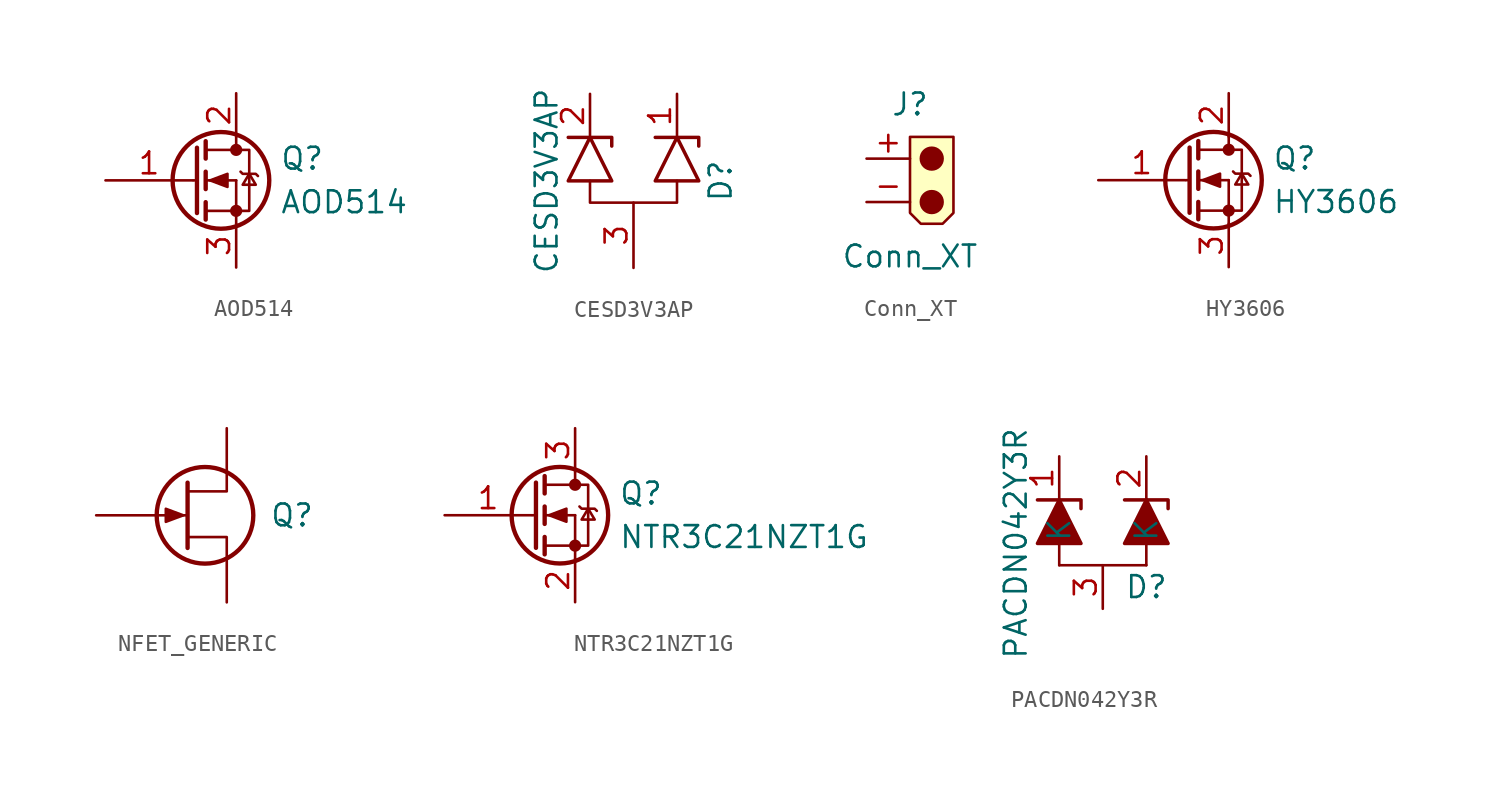
<source format=kicad_sym>
(kicad_symbol_lib
  (version 20220914)
  (generator kicad_symbol_editor)
  (symbol "AOD514"
    (pin_names
      (offset 0) hide)
    (property "Reference" "Q"
      (at 5.08 1.27 0)
      (effects (font (size 1.27 1.27)) (justify left)))
    (property "Value" "AOD514"
      (at 5.08 -1.27 0)
      (effects (font (size 1.27 1.27)) (justify left)))
    (symbol "AOD514_0_1"
      (polyline (pts (xy 0.051 0) (xy 0.254 0)) (stroke (width 0) (type solid)) (fill (type none)))
      (polyline (pts (xy 0.762 -1.778) (xy 2.54 -1.778)) (stroke (width 0) (type solid)) (fill (type none)))
      (polyline (pts (xy 0.762 -1.27) (xy 0.762 -2.286)) (stroke (width 0.254) (type solid)) (fill (type none)))
      (polyline (pts (xy 0.762 0) (xy 2.54 0)) (stroke (width 0) (type solid)) (fill (type none)))
      (polyline (pts (xy 0.762 0.508) (xy 0.762 -0.508)) (stroke (width 0.254) (type solid)) (fill (type none)))
      (polyline (pts (xy 0.762 1.778) (xy 2.54 1.778)) (stroke (width 0) (type solid)) (fill (type none)))
      (polyline (pts (xy 0.762 2.286) (xy 0.762 1.27)) (stroke (width 0.254) (type solid)) (fill (type none)))
      (polyline (pts (xy 2.54 -1.778) (xy 2.54 -2.54)) (stroke (width 0) (type solid)) (fill (type none)))
      (polyline (pts (xy 2.54 -1.778) (xy 2.54 0)) (stroke (width 0) (type solid)) (fill (type none)))
      (polyline (pts (xy 2.54 2.54) (xy 2.54 1.778)) (stroke (width 0) (type solid)) (fill (type none)))
      (polyline (pts (xy 0.254 1.905) (xy 0.254 -1.905) (xy 0.254 -1.905)) (stroke (width 0.254) (type solid)) (fill (type none)))
      (polyline (pts (xy 1.016 0) (xy 2.032 0.381) (xy 2.032 -0.381) (xy 1.016 0)) (stroke (width 0) (type solid)) (fill (type outline)))
      (polyline (pts (xy 2.54 -1.778) (xy 3.302 -1.778) (xy 3.302 1.778) (xy 2.54 1.778)) (stroke (width 0) (type solid)) (fill (type none)))
      (polyline (pts (xy 2.794 0.508) (xy 2.921 0.381) (xy 3.683 0.381) (xy 3.81 0.254)) (stroke (width 0) (type solid)) (fill (type none)))
      (polyline (pts (xy 3.302 0.381) (xy 2.921 -0.254) (xy 3.683 -0.254) (xy 3.302 0.381)) (stroke (width 0) (type solid)) (fill (type none)))
      (circle (center 1.651 0) (radius 2.819) (stroke (width 0.254) (type solid)) (fill (type none)))
      (circle (center 2.54 -1.778) (radius 0.279) (stroke (width 0) (type solid)) (fill (type outline)))
      (circle (center 2.54 1.778) (radius 0.279) (stroke (width 0) (type solid)) (fill (type outline))))
    (symbol "AOD514_1_1"
      (pin input line (at -5.08 0 0) (length 5.08) (name "G" (effects (font (size 1.27 1.27)))) (number "1" (effects (font (size 1.27 1.27)))))
      (pin passive line (at 2.54 5.08 270) (length 2.54) (name "D" (effects (font (size 1.27 1.27)))) (number "2" (effects (font (size 1.27 1.27)))))
      (pin passive line (at 2.54 -5.08 90) (length 2.54) (name "S" (effects (font (size 1.27 1.27)))) (number "3" (effects (font (size 1.27 1.27)))))))
  (symbol "CESD3V3AP"
    (pin_names
      (offset 0.762) hide)
    (property "Reference" "D"
      (at 5.08 1.27 90)
      (effects (font (size 1.27 1.27))))
    (property "Value" "CESD3V3AP"
      (at -5.08 1.27 90)
      (effects (font (size 1.27 1.27))))
    (symbol "CESD3V3AP_0_1"
      (polyline (pts (xy -3.81 3.81) (xy -1.27 3.81) (xy -1.27 3.302)) (stroke (width 0.203) (type solid)) (fill (type none)))
      (polyline (pts (xy 1.27 3.81) (xy 3.81 3.81) (xy 3.81 3.302)) (stroke (width 0.203) (type solid)) (fill (type none)))
      (polyline (pts (xy -2.54 1.27) (xy -2.54 0) (xy 2.54 0) (xy 2.54 1.27)) (stroke (width 0) (type solid)) (fill (type none)))
      (polyline (pts (xy -3.81 1.27) (xy -2.54 3.81) (xy -1.27 1.27) (xy -3.81 1.27) (xy -3.81 1.27) (xy -3.81 1.27)) (stroke (width 0.203) (type solid)) (fill (type none)))
      (polyline (pts (xy 1.27 1.27) (xy 2.54 3.81) (xy 3.81 1.27) (xy 1.27 1.27) (xy 1.27 1.27) (xy 1.27 1.27)) (stroke (width 0.203) (type solid)) (fill (type none)))
      (pin passive line (at 2.54 6.35 270) (length 2.54) (name "A" (effects (font (size 1.27 1.27)))) (number "1" (effects (font (size 1.27 1.27)))))
      (pin passive line (at -2.54 6.35 270) (length 2.54) (name "K" (effects (font (size 1.27 1.27)))) (number "2" (effects (font (size 1.27 1.27)))))
      (pin passive line (at 0 -3.81 90) (length 3.81) (name "K" (effects (font (size 1.27 1.27)))) (number "3" (effects (font (size 1.27 1.27)))))))
  (symbol "Conn_XT"
    (pin_names
      (offset 1.016))
    (property "Reference" "J"
      (at 0 4.445 0)
      (effects (font (size 1.27 1.27))))
    (property "Value" "Conn_XT"
      (at 0 -4.445 0)
      (effects (font (size 1.27 1.27))))
    (symbol "Conn_XT_0_1"
      (polyline (pts (xy 0 2.54) (xy 0 -1.905) (xy 0.635 -2.54) (xy 1.905 -2.54) (xy 2.54 -1.905) (xy 2.54 0) (xy 2.54 2.54) (xy 0 2.54)) (stroke (width 0) (type solid)) (fill (type background)))
      (circle (center 1.27 -1.27) (radius 0.635) (stroke (width 0) (type solid)) (fill (type outline)))
      (circle (center 1.27 1.27) (radius 0.635) (stroke (width 0) (type solid)) (fill (type outline))))
    (symbol "Conn_XT_1_1"
      (pin input line (at -2.54 1.27 0) (length 2.54) (name "~" (effects (font (size 1.27 1.27)))) (number "+" (effects (font (size 1.27 1.27)))))
      (pin input line (at -2.54 -1.27 0) (length 2.54) (name "~" (effects (font (size 1.27 1.27)))) (number "-" (effects (font (size 1.27 1.27)))))))
  (symbol "HY3606"
    (pin_names
      (offset 0) hide)
    (property "Reference" "Q"
      (at 5.08 1.27 0)
      (effects (font (size 1.27 1.27)) (justify left)))
    (property "Value" "HY3606"
      (at 5.08 -1.27 0)
      (effects (font (size 1.27 1.27)) (justify left)))
    (symbol "HY3606_0_1"
      (polyline (pts (xy 0.051 0) (xy 0.254 0)) (stroke (width 0) (type solid)) (fill (type none)))
      (polyline (pts (xy 0.762 -1.778) (xy 2.54 -1.778)) (stroke (width 0) (type solid)) (fill (type none)))
      (polyline (pts (xy 0.762 -1.27) (xy 0.762 -2.286)) (stroke (width 0.254) (type solid)) (fill (type none)))
      (polyline (pts (xy 0.762 0) (xy 2.54 0)) (stroke (width 0) (type solid)) (fill (type none)))
      (polyline (pts (xy 0.762 0.508) (xy 0.762 -0.508)) (stroke (width 0.254) (type solid)) (fill (type none)))
      (polyline (pts (xy 0.762 1.778) (xy 2.54 1.778)) (stroke (width 0) (type solid)) (fill (type none)))
      (polyline (pts (xy 0.762 2.286) (xy 0.762 1.27)) (stroke (width 0.254) (type solid)) (fill (type none)))
      (polyline (pts (xy 2.54 -1.778) (xy 2.54 -2.54)) (stroke (width 0) (type solid)) (fill (type none)))
      (polyline (pts (xy 2.54 -1.778) (xy 2.54 0)) (stroke (width 0) (type solid)) (fill (type none)))
      (polyline (pts (xy 2.54 2.54) (xy 2.54 1.778)) (stroke (width 0) (type solid)) (fill (type none)))
      (polyline (pts (xy 0.254 1.905) (xy 0.254 -1.905) (xy 0.254 -1.905)) (stroke (width 0.254) (type solid)) (fill (type none)))
      (polyline (pts (xy 1.016 0) (xy 2.032 0.381) (xy 2.032 -0.381) (xy 1.016 0)) (stroke (width 0) (type solid)) (fill (type outline)))
      (polyline (pts (xy 2.54 -1.778) (xy 3.302 -1.778) (xy 3.302 1.778) (xy 2.54 1.778)) (stroke (width 0) (type solid)) (fill (type none)))
      (polyline (pts (xy 2.794 0.508) (xy 2.921 0.381) (xy 3.683 0.381) (xy 3.81 0.254)) (stroke (width 0) (type solid)) (fill (type none)))
      (polyline (pts (xy 3.302 0.381) (xy 2.921 -0.254) (xy 3.683 -0.254) (xy 3.302 0.381)) (stroke (width 0) (type solid)) (fill (type none)))
      (circle (center 1.651 0) (radius 2.819) (stroke (width 0.254) (type solid)) (fill (type none)))
      (circle (center 2.54 -1.778) (radius 0.279) (stroke (width 0) (type solid)) (fill (type outline)))
      (circle (center 2.54 1.778) (radius 0.279) (stroke (width 0) (type solid)) (fill (type outline))))
    (symbol "HY3606_1_1"
      (pin input line (at -5.08 0 0) (length 5.08) (name "G" (effects (font (size 1.27 1.27)))) (number "1" (effects (font (size 1.27 1.27)))))
      (pin passive line (at 2.54 5.08 270) (length 2.54) (name "D" (effects (font (size 1.27 1.27)))) (number "2" (effects (font (size 1.27 1.27)))))
      (pin passive line (at 2.54 -5.08 90) (length 2.54) (name "S" (effects (font (size 1.27 1.27)))) (number "3" (effects (font (size 1.27 1.27)))))))
  (symbol "NFET_GENERIC"
    (pin_names
      (offset 1.016))
    (property "Reference" "Q"
      (at 5.08 0 0)
      (effects (font (size 1.27 1.27))))
    (symbol "NFET_GENERIC_1_1"
      (polyline (pts (xy -1.016 1.905) (xy -1.016 -1.905) (xy -1.016 -1.905)) (stroke (width 0.254) (type solid)) (fill (type none)))
      (polyline (pts (xy 1.27 -2.54) (xy 1.27 -1.27) (xy -1.016 -1.27)) (stroke (width 0) (type solid)) (fill (type none)))
      (polyline (pts (xy 1.27 2.54) (xy 1.27 1.397) (xy -1.016 1.397)) (stroke (width 0) (type solid)) (fill (type none)))
      (polyline (pts (xy -1.27 0) (xy -2.286 0.381) (xy -2.286 -0.381) (xy -1.27 0)) (stroke (width 0) (type solid)) (fill (type outline)))
      (circle (center 0 0) (radius 2.819) (stroke (width 0.254) (type solid)) (fill (type none)))
      (pin input line (at -6.35 0 0) (length 5.334) (name "~" (effects (font (size 1.27 1.27)))) (number "~" (effects (font (size 1.27 1.27)))))
      (pin passive line (at 1.27 -5.08 90) (length 2.54) (name "~" (effects (font (size 1.27 1.27)))) (number "~" (effects (font (size 1.27 1.27)))))
      (pin passive line (at 1.27 5.08 270) (length 2.54) (name "~" (effects (font (size 1.27 1.27)))) (number "~" (effects (font (size 1.27 1.27)))))))
  (symbol "NTR3C21NZT1G"
    (pin_names
      (offset 0) hide)
    (property "Reference" "Q"
      (at 5.08 1.27 0)
      (effects (font (size 1.27 1.27)) (justify left)))
    (property "Value" "NTR3C21NZT1G"
      (at 5.08 -1.27 0)
      (effects (font (size 1.27 1.27)) (justify left)))
    (symbol "NTR3C21NZT1G_0_1"
      (polyline (pts (xy 0.051 0) (xy 0.254 0)) (stroke (width 0) (type solid)) (fill (type none)))
      (polyline (pts (xy 0.762 -1.778) (xy 2.54 -1.778)) (stroke (width 0) (type solid)) (fill (type none)))
      (polyline (pts (xy 0.762 -1.27) (xy 0.762 -2.286)) (stroke (width 0.254) (type solid)) (fill (type none)))
      (polyline (pts (xy 0.762 0) (xy 2.54 0)) (stroke (width 0) (type solid)) (fill (type none)))
      (polyline (pts (xy 0.762 0.508) (xy 0.762 -0.508)) (stroke (width 0.254) (type solid)) (fill (type none)))
      (polyline (pts (xy 0.762 1.778) (xy 2.54 1.778)) (stroke (width 0) (type solid)) (fill (type none)))
      (polyline (pts (xy 0.762 2.286) (xy 0.762 1.27)) (stroke (width 0.254) (type solid)) (fill (type none)))
      (polyline (pts (xy 2.54 -1.778) (xy 2.54 -2.54)) (stroke (width 0) (type solid)) (fill (type none)))
      (polyline (pts (xy 2.54 -1.778) (xy 2.54 0)) (stroke (width 0) (type solid)) (fill (type none)))
      (polyline (pts (xy 2.54 2.54) (xy 2.54 1.778)) (stroke (width 0) (type solid)) (fill (type none)))
      (polyline (pts (xy 0.254 1.905) (xy 0.254 -1.905) (xy 0.254 -1.905)) (stroke (width 0.254) (type solid)) (fill (type none)))
      (polyline (pts (xy 1.016 0) (xy 2.032 0.381) (xy 2.032 -0.381) (xy 1.016 0)) (stroke (width 0) (type solid)) (fill (type outline)))
      (polyline (pts (xy 2.54 -1.778) (xy 3.302 -1.778) (xy 3.302 1.778) (xy 2.54 1.778)) (stroke (width 0) (type solid)) (fill (type none)))
      (polyline (pts (xy 2.794 0.508) (xy 2.921 0.381) (xy 3.683 0.381) (xy 3.81 0.254)) (stroke (width 0) (type solid)) (fill (type none)))
      (polyline (pts (xy 3.302 0.381) (xy 2.921 -0.254) (xy 3.683 -0.254) (xy 3.302 0.381)) (stroke (width 0) (type solid)) (fill (type none)))
      (circle (center 1.651 0) (radius 2.819) (stroke (width 0.254) (type solid)) (fill (type none)))
      (circle (center 2.54 -1.778) (radius 0.279) (stroke (width 0) (type solid)) (fill (type outline)))
      (circle (center 2.54 1.778) (radius 0.279) (stroke (width 0) (type solid)) (fill (type outline))))
    (symbol "NTR3C21NZT1G_1_1"
      (pin input line (at -5.08 0 0) (length 5.08) (name "G" (effects (font (size 1.27 1.27)))) (number "1" (effects (font (size 1.27 1.27)))))
      (pin passive line (at 2.54 -5.08 90) (length 2.54) (name "S" (effects (font (size 1.27 1.27)))) (number "2" (effects (font (size 1.27 1.27)))))
      (pin passive line (at 2.54 5.08 270) (length 2.54) (name "D" (effects (font (size 1.27 1.27)))) (number "3" (effects (font (size 1.27 1.27)))))))
  (symbol "PACDN042Y3R"
    (pin_names
      (offset 1.016))
    (property "Reference" "D"
      (at 2.54 -1.27 0)
      (effects (font (size 1.27 1.27))))
    (property "Value" "PACDN042Y3R"
      (at -5.08 1.27 90)
      (effects (font (size 1.27 1.27))))
    (symbol "PACDN042Y3R_1_1"
      (rectangle (start -2.54 0) (end 2.54 0) (stroke (width 0) (type solid)) (fill (type none)))
      (rectangle (start -2.54 1.27) (end -2.54 0) (stroke (width 0) (type solid)) (fill (type none)))
      (polyline (pts (xy -2.54 1.27) (xy -2.54 3.81)) (stroke (width 0) (type solid)) (fill (type none)))
      (polyline (pts (xy 2.54 1.27) (xy 2.54 3.81)) (stroke (width 0) (type solid)) (fill (type none)))
      (polyline (pts (xy -3.81 3.81) (xy -1.27 3.81) (xy -1.27 3.302)) (stroke (width 0.203) (type solid)) (fill (type none)))
      (polyline (pts (xy 1.27 3.81) (xy 3.81 3.81) (xy 3.81 3.302)) (stroke (width 0.203) (type solid)) (fill (type none)))
      (polyline (pts (xy -3.81 1.27) (xy -1.27 1.27) (xy -2.54 3.81) (xy -3.81 1.27)) (stroke (width 0.203) (type solid)) (fill (type outline)))
      (polyline (pts (xy 1.27 1.27) (xy 3.81 1.27) (xy 2.54 3.81) (xy 1.27 1.27)) (stroke (width 0.203) (type solid)) (fill (type outline)))
      (rectangle (start 2.54 1.27) (end 2.54 0) (stroke (width 0) (type solid)) (fill (type none)))
      (pin passive line (at -2.54 6.35 270) (length 2.54) (name "K" (effects (font (size 1.27 1.27)))) (number "1" (effects (font (size 1.27 1.27)))))
      (pin passive line (at 2.54 6.35 270) (length 2.54) (name "K" (effects (font (size 1.27 1.27)))) (number "2" (effects (font (size 1.27 1.27)))))
      (pin passive line (at 0 -2.54 90) (length 2.54) (name "A" (effects (font (size 0 0)))) (number "3" (effects (font (size 1.27 1.27))))))))
</source>
